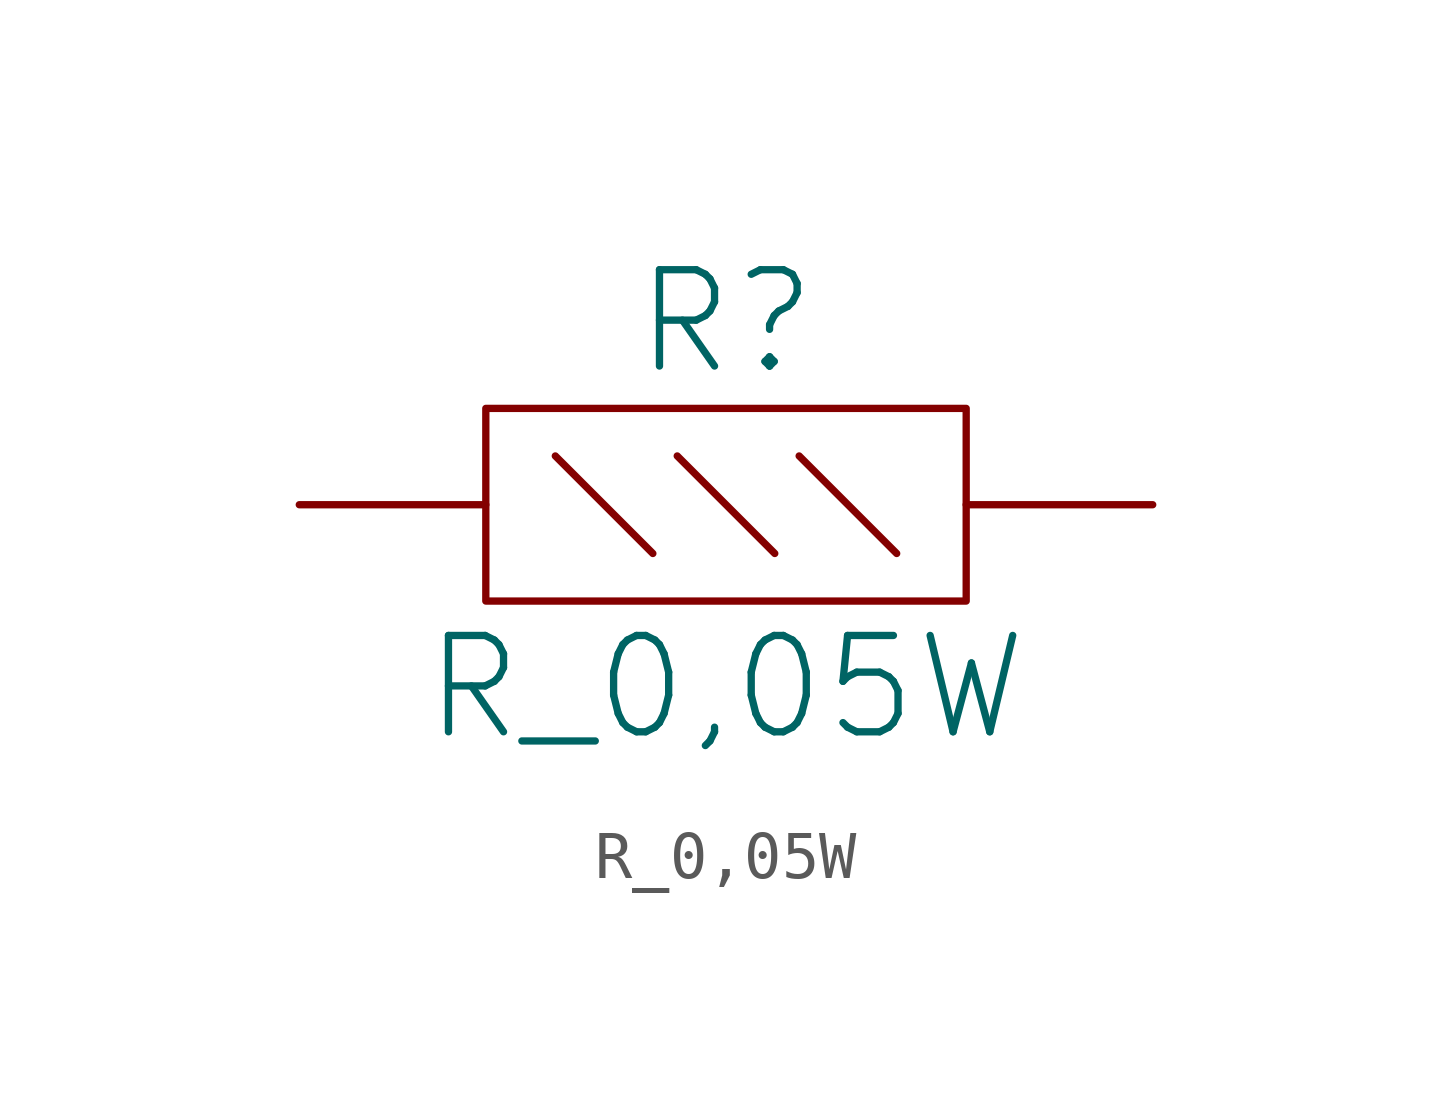
<source format=kicad_sym>
(kicad_symbol_lib
  (version 20231120)
  (generator "kicad_symbol_editor")
  (generator_version "8.0")
  (symbol "R_0,05W"
    (pin_numbers hide)
    (pin_names
      (offset 0) hide)
    (property "Reference" "R"
      (at 0 3.81 0)
      (effects (font (size 2.007 2.007))))
    (property "Value" "R_0,05W"
      (at 0 -3.81 0)
      (effects (font (size 2.007 2.007))))
    (symbol "R_0,05W_0_1"
      (rectangle (start -5.004 2.007) (end 5.004 -2.007) (stroke (width 0) (type solid)) (fill (type none)))
      (polyline (pts (xy -3.556 1.016) (xy -1.524 -1.016)) (stroke (width 0) (type solid)) (fill (type none)))
      (polyline (pts (xy -1.016 1.016) (xy 1.016 -1.016)) (stroke (width 0) (type solid)) (fill (type none)))
      (polyline (pts (xy 1.524 1.016) (xy 3.556 -1.016)) (stroke (width 0) (type solid)) (fill (type none))))
    (symbol "R_0,05W_1_1"
      (pin passive line (at -8.89 0 0) (length 3.886) (name "~" (effects (font (size 2.007 2.007)))) (number "1" (effects (font (size 2.007 2.007)))))
      (pin passive line (at 8.89 0 180) (length 3.886) (name "~" (effects (font (size 2.007 2.007)))) (number "2" (effects (font (size 2.007 2.007))))))))
</source>
